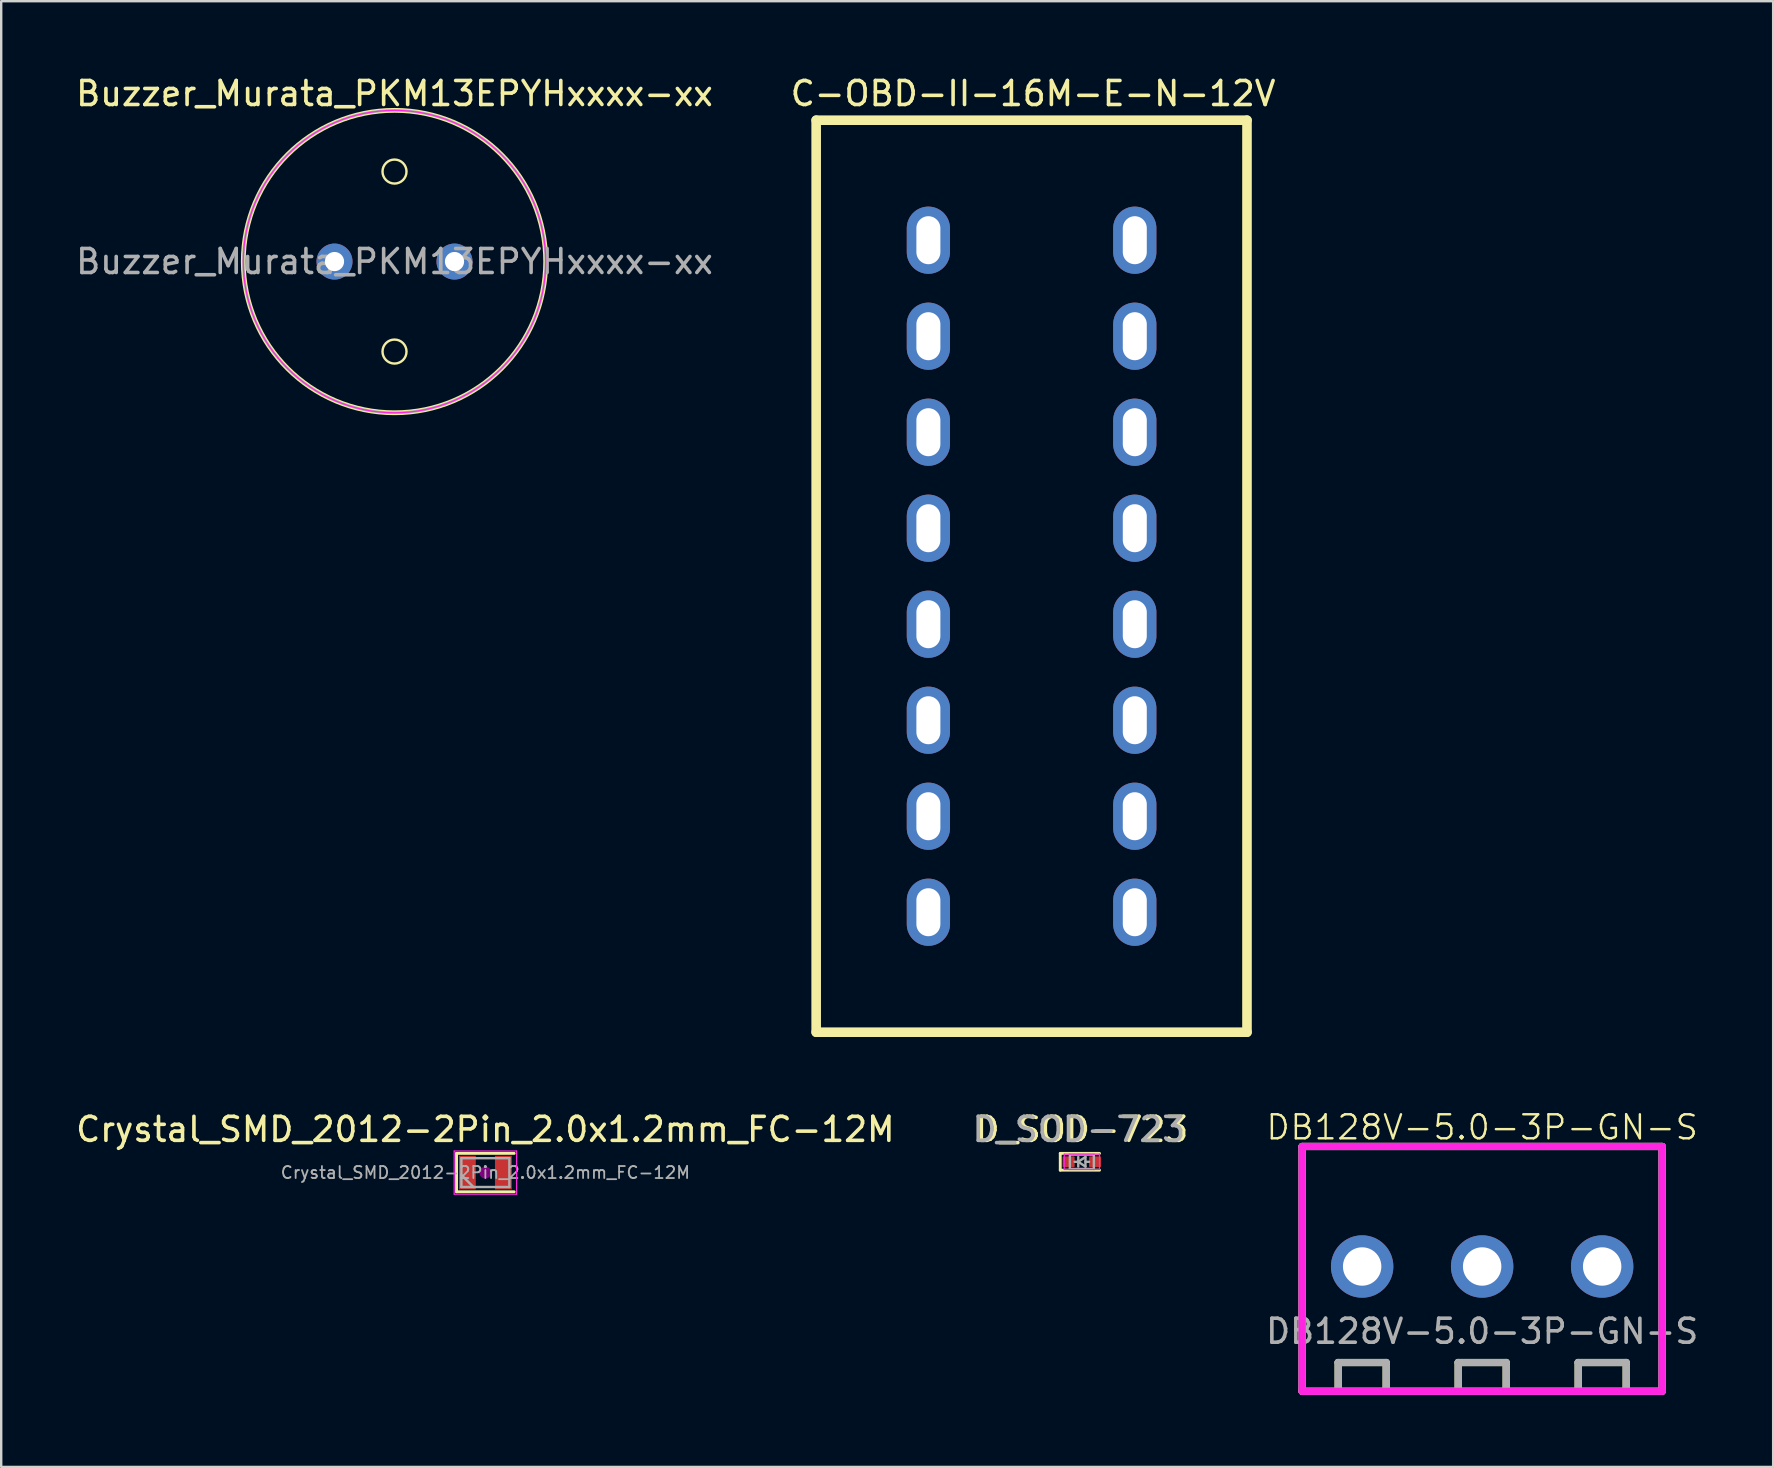
<source format=kicad_pcb>
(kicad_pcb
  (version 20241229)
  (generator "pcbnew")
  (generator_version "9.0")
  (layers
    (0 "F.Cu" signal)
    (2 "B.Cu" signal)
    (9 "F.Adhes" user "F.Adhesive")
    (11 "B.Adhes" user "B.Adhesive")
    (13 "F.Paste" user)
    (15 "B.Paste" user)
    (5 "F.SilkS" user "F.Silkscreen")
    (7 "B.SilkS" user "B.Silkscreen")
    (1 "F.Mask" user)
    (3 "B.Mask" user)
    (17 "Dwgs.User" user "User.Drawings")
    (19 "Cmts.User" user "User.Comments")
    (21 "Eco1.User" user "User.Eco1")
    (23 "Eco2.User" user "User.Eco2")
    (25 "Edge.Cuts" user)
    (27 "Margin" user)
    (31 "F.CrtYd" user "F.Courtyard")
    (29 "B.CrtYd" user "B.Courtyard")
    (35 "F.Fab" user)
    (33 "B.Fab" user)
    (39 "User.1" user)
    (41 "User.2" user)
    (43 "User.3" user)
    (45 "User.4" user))
  (footprint "D_SOD-723"
    (layer "F.Cu")
    (at 42.026 45.356)
    (property "Reference" "D_SOD-723" (at 0 -1.35 0) (layer "F.SilkS") (effects (font (size 1 1) (thickness 0.15))))
    (attr smd)
    (fp_line (start -0.9 -0.35) (end -0.9 0.35) (stroke (width 0.12) (type solid)) (layer "F.SilkS"))
    (fp_line (start -0.9 -0.35) (end 0.735 -0.35) (stroke (width 0.12) (type solid)) (layer "F.SilkS"))
    (fp_line (start -0.9 0.35) (end 0.735 0.35) (stroke (width 0.12) (type solid)) (layer "F.SilkS"))
    (fp_line (start -0.735 -0.32) (end -0.735 0.32) (stroke (width 0.05) (type solid)) (layer "F.CrtYd"))
    (fp_line (start -0.735 -0.32) (end 0.735 -0.32) (stroke (width 0.05) (type solid)) (layer "F.CrtYd"))
    (fp_line (start 0.735 -0.32) (end 0.735 0.32) (stroke (width 0.05) (type solid)) (layer "F.CrtYd"))
    (fp_line (start 0.735 0.32) (end -0.735 0.32) (stroke (width 0.05) (type solid)) (layer "F.CrtYd"))
    (fp_line (start -0.5 -0.3) (end 0.5 -0.3) (stroke (width 0.1) (type solid)) (layer "F.Fab"))
    (fp_line (start -0.5 0.3) (end -0.5 -0.3) (stroke (width 0.1) (type solid)) (layer "F.Fab"))
    (fp_line (start -0.15 0) (end -0.3 0) (stroke (width 0.1) (type solid)) (layer "F.Fab"))
    (fp_line (start -0.15 0) (end 0.15 0.2) (stroke (width 0.1) (type solid)) (layer "F.Fab"))
    (fp_line (start -0.15 0.2) (end -0.15 -0.2) (stroke (width 0.1) (type solid)) (layer "F.Fab"))
    (fp_line (start 0.15 -0.2) (end -0.15 0) (stroke (width 0.1) (type solid)) (layer "F.Fab"))
    (fp_line (start 0.15 0) (end 0.3 0) (stroke (width 0.1) (type solid)) (layer "F.Fab"))
    (fp_line (start 0.15 0.2) (end 0.15 -0.2) (stroke (width 0.1) (type solid)) (layer "F.Fab"))
    (fp_line (start 0.5 -0.3) (end 0.5 0.3) (stroke (width 0.1) (type solid)) (layer "F.Fab"))
    (fp_line (start 0.5 0.3) (end -0.5 0.3) (stroke (width 0.1) (type solid)) (layer "F.Fab"))
    (fp_text user "${REFERENCE}" (at -0.127 -1.35 0) (layer "F.Fab") (effects (font (size 1 1) (thickness 0.15))))
    (pad "1" smd roundrect (at -0.55 0) (size 0.5 0.45) (layers "F.Cu" "F.Mask" "F.Paste") (roundrect_rratio 0.1))
    (pad "2" smd roundrect (at 0.55 0) (size 0.5 0.45) (layers "F.Cu" "F.Mask" "F.Paste") (roundrect_rratio 0.1)))
  (footprint "DB128V-5.0-3P-GN-S"
    (layer "F.Cu")
    (at 58.704 49.719)
    (property "Reference" "DB128V-5.0-3P-GN-S" (at 0 -5.8 0) (unlocked yes) (layer "F.SilkS") (effects (font (size 1 1) (thickness 0.1))))
    (attr through_hole)
    (fp_line (start -7.5 -5) (end -7.5 5.2) (stroke (width 0.3) (type solid)) (layer "F.SilkS"))
    (fp_line (start -7.5 -5) (end 7.5 -5) (stroke (width 0.3) (type solid)) (layer "F.SilkS"))
    (fp_line (start -7.5 5.2) (end 7.5 5.2) (stroke (width 0.3) (type solid)) (layer "F.SilkS"))
    (fp_line (start -6 4) (end -4 4) (stroke (width 0.3) (type solid)) (layer "F.SilkS"))
    (fp_line (start -6 5.2) (end -6 4) (stroke (width 0.3) (type solid)) (layer "F.SilkS"))
    (fp_line (start -4 4) (end -4 5.2) (stroke (width 0.3) (type solid)) (layer "F.SilkS"))
    (fp_line (start -1 4) (end 1 4) (stroke (width 0.3) (type solid)) (layer "F.SilkS"))
    (fp_line (start -1 5.2) (end -1 4) (stroke (width 0.3) (type solid)) (layer "F.SilkS"))
    (fp_line (start 1 4) (end 1 5.2) (stroke (width 0.3) (type solid)) (layer "F.SilkS"))
    (fp_line (start 4 4) (end 6 4) (stroke (width 0.3) (type solid)) (layer "F.SilkS"))
    (fp_line (start 4 5.2) (end 4 4) (stroke (width 0.3) (type solid)) (layer "F.SilkS"))
    (fp_line (start 6 4) (end 6 5.2) (stroke (width 0.3) (type solid)) (layer "F.SilkS"))
    (fp_line (start 7.5 -5) (end 7.5 5.2) (stroke (width 0.3) (type solid)) (layer "F.SilkS"))
    (fp_line (start -7.5 -5) (end -7.5 5.2) (stroke (width 0.3) (type solid)) (layer "F.CrtYd"))
    (fp_line (start -7.5 -5) (end 7.5 -5) (stroke (width 0.3) (type solid)) (layer "F.CrtYd"))
    (fp_line (start -7.5 5.2) (end 7.5 5.2) (stroke (width 0.3) (type solid)) (layer "F.CrtYd"))
    (fp_line (start 7.5 -5) (end 7.5 5.2) (stroke (width 0.3) (type solid)) (layer "F.CrtYd"))
    (fp_line (start -7.5 -5) (end -7.5 5.2) (stroke (width 0.3) (type solid)) (layer "F.Fab"))
    (fp_line (start -7.5 -5) (end 7.5 -5) (stroke (width 0.3) (type solid)) (layer "F.Fab"))
    (fp_line (start -7.5 5.2) (end 7.5 5.2) (stroke (width 0.3) (type solid)) (layer "F.Fab"))
    (fp_line (start -6 4) (end -4 4) (stroke (width 0.3) (type solid)) (layer "F.Fab"))
    (fp_line (start -6 5.2) (end -6 4) (stroke (width 0.3) (type solid)) (layer "F.Fab"))
    (fp_line (start -4 4) (end -4 5.2) (stroke (width 0.3) (type solid)) (layer "F.Fab"))
    (fp_line (start -1 4) (end 1 4) (stroke (width 0.3) (type solid)) (layer "F.Fab"))
    (fp_line (start -1 5.2) (end -1 4) (stroke (width 0.3) (type solid)) (layer "F.Fab"))
    (fp_line (start 1 4) (end 1 5.2) (stroke (width 0.3) (type solid)) (layer "F.Fab"))
    (fp_line (start 4 4) (end 6 4) (stroke (width 0.3) (type solid)) (layer "F.Fab"))
    (fp_line (start 4 5.2) (end 4 4) (stroke (width 0.3) (type solid)) (layer "F.Fab"))
    (fp_line (start 6 4) (end 6 5.2) (stroke (width 0.3) (type solid)) (layer "F.Fab"))
    (fp_line (start 7.5 -5) (end 7.5 5.2) (stroke (width 0.3) (type solid)) (layer "F.Fab"))
    (fp_text user "${REFERENCE}" (at 0 2.7 0) (unlocked yes) (layer "F.Fab") (effects (font (size 1 1) (thickness 0.15))))
    (pad "1" thru_hole circle (at -5 0) (size 2.6 2.6) (drill 1.6) (layers "*.Cu" "*.Mask"))
    (pad "2" thru_hole circle (at 0 0) (size 2.6 2.6) (drill 1.6) (layers "*.Cu" "*.Mask"))
    (pad "3" thru_hole circle (at 5 0) (size 2.6 2.6) (drill 1.6) (layers "*.Cu" "*.Mask")))
  (footprint "Crystal_SMD_2012-2Pin_2.0x1.2mm_FC-12M"
    (layer "F.Cu")
    (at 17.173 45.806)
    (property "Reference" "Crystal_SMD_2012-2Pin_2.0x1.2mm_FC-12M" (at 0 -1.8 0) (layer "F.SilkS") (effects (font (size 1 1) (thickness 0.15))))
    (attr smd)
    (fp_line (start -1.2 -0.8) (end -1.2 0.8) (stroke (width 0.12) (type solid)) (layer "F.SilkS"))
    (fp_line (start -1.2 0.8) (end 1.2 0.8) (stroke (width 0.12) (type solid)) (layer "F.SilkS"))
    (fp_line (start 1.2 -0.8) (end -1.2 -0.8) (stroke (width 0.12) (type solid)) (layer "F.SilkS"))
    (fp_circle (center 0 0) (end 0.047 0) (stroke (width 0.093) (type solid)) (fill no) (layer "F.Adhes"))
    (fp_circle (center 0 0) (end 0.107 0) (stroke (width 0.067) (type solid)) (fill no) (layer "F.Adhes"))
    (fp_circle (center 0 0) (end 0.167 0) (stroke (width 0.067) (type solid)) (fill no) (layer "F.Adhes"))
    (fp_circle (center 0 0) (end 0.2 0) (stroke (width 0.1) (type solid)) (fill no) (layer "F.Adhes"))
    (fp_line (start -1.3 -0.9) (end -1.3 0.9) (stroke (width 0.05) (type solid)) (layer "F.CrtYd"))
    (fp_line (start -1.3 0.9) (end 1.3 0.9) (stroke (width 0.05) (type solid)) (layer "F.CrtYd"))
    (fp_line (start 1.3 -0.9) (end -1.3 -0.9) (stroke (width 0.05) (type solid)) (layer "F.CrtYd"))
    (fp_line (start 1.3 0.9) (end 1.3 -0.9) (stroke (width 0.05) (type solid)) (layer "F.CrtYd"))
    (fp_line (start -1 -0.6) (end -1 0.6) (stroke (width 0.1) (type solid)) (layer "F.Fab"))
    (fp_line (start -1 0.1) (end -0.5 0.6) (stroke (width 0.1) (type solid)) (layer "F.Fab"))
    (fp_line (start -1 0.6) (end 1 0.6) (stroke (width 0.1) (type solid)) (layer "F.Fab"))
    (fp_line (start 1 -0.6) (end -1 -0.6) (stroke (width 0.1) (type solid)) (layer "F.Fab"))
    (fp_line (start 1 0.6) (end 1 -0.6) (stroke (width 0.1) (type solid)) (layer "F.Fab"))
    (fp_text user "${REFERENCE}" (at 0 0 0) (layer "F.Fab") (effects (font (size 0.5 0.5) (thickness 0.075))))
    (pad "1" smd rect (at -0.75 0) (size 0.7 1.4) (layers "F.Cu" "F.Mask" "F.Paste"))
    (pad "2" smd rect (at 0.75 0) (size 0.7 1.4) (layers "F.Cu" "F.Mask" "F.Paste")))
  (footprint "Buzzer_Murata_PKM13EPYHxxxx-xx"
    (layer "F.Cu")
    (at 13.387 7.848)
    (property "Reference" "Buzzer_Murata_PKM13EPYHxxxx-xx" (at 0 -7 0) (layer "F.SilkS") (effects (font (size 1 1) (thickness 0.15))))
    (attr smd)
    (fp_circle (center 0 -3.75) (end 0.5 -3.75) (stroke (width 0.1) (type default)) (fill no) (layer "F.SilkS"))
    (fp_circle (center 0 0) (end 6.3 0) (stroke (width 0.2) (type default)) (fill no) (layer "F.SilkS"))
    (fp_circle (center 0 3.75) (end 0.5 3.75) (stroke (width 0.1) (type default)) (fill no) (layer "F.SilkS"))
    (fp_circle (center 0 0) (end 6.3 0) (stroke (width 0.05) (type default)) (fill no) (layer "F.CrtYd"))
    (fp_circle (center 0 0) (end 6.3 0) (stroke (width 0.1) (type default)) (fill no) (layer "F.Fab"))
    (fp_text user "${REFERENCE}" (at 0 0 0) (layer "F.Fab") (effects (font (size 1 1) (thickness 0.15))))
    (pad "1" thru_hole circle (at -2.5 0) (size 1.5 1.5) (drill 0.8) (layers "*.Cu" "*.Mask"))
    (pad "2" thru_hole circle (at 2.5 0) (size 1.5 1.5) (drill 0.8) (layers "*.Cu" "*.Mask")))
  (footprint "C-OBD-II-16M-E-N-12V"
    (layer "F.Cu")
    (at 39.931 20.958)
    (property "Reference" "C-OBD-II-16M-E-N-12V" (at 0.063 -20.11 0) (layer "F.SilkS") (effects (font (size 1 1) (thickness 0.15))))
    (attr through_hole)
    (fp_line (start -8.975 -19) (end -8.975 19) (stroke (width 0.4) (type solid)) (layer "F.SilkS"))
    (fp_line (start -8.975 -19) (end 8.975 -19) (stroke (width 0.4) (type solid)) (layer "F.SilkS"))
    (fp_line (start -8.975 19) (end 8.975 19) (stroke (width 0.4) (type solid)) (layer "F.SilkS"))
    (fp_line (start 8.975 -19) (end 8.975 19) (stroke (width 0.4) (type solid)) (layer "F.SilkS"))
    (pad "1" thru_hole oval (at -4.3 14) (size 1.8 2.8) (drill oval 1 2) (layers "*.Cu" "*.Mask"))
    (pad "2" thru_hole oval (at -4.3 10) (size 1.8 2.8) (drill oval 1 2) (layers "*.Cu" "*.Mask"))
    (pad "3" thru_hole oval (at -4.3 6) (size 1.8 2.8) (drill oval 1 2) (layers "*.Cu" "*.Mask"))
    (pad "4" thru_hole oval (at -4.3 2) (size 1.8 2.8) (drill oval 1 2) (layers "*.Cu" "*.Mask"))
    (pad "5" thru_hole oval (at -4.3 -2) (size 1.8 2.8) (drill oval 1 2) (layers "*.Cu" "*.Mask"))
    (pad "6" thru_hole oval (at -4.3 -6) (size 1.8 2.8) (drill oval 1 2) (layers "*.Cu" "*.Mask"))
    (pad "7" thru_hole oval (at -4.3 -10) (size 1.8 2.8) (drill oval 1 2) (layers "*.Cu" "*.Mask"))
    (pad "8" thru_hole oval (at -4.3 -14) (size 1.8 2.8) (drill oval 1 2) (layers "*.Cu" "*.Mask"))
    (pad "9" thru_hole oval (at 4.3 14) (size 1.8 2.8) (drill oval 1 2) (layers "*.Cu" "*.Mask"))
    (pad "10" thru_hole oval (at 4.3 10) (size 1.8 2.8) (drill oval 1 2) (layers "*.Cu" "*.Mask"))
    (pad "11" thru_hole oval (at 4.3 6) (size 1.8 2.8) (drill oval 1 2) (layers "*.Cu" "*.Mask"))
    (pad "12" thru_hole oval (at 4.3 2) (size 1.8 2.8) (drill oval 1 2) (layers "*.Cu" "*.Mask"))
    (pad "13" thru_hole oval (at 4.3 -2) (size 1.8 2.8) (drill oval 1 2) (layers "*.Cu" "*.Mask"))
    (pad "14" thru_hole oval (at 4.3 -6) (size 1.8 2.8) (drill oval 1 2) (layers "*.Cu" "*.Mask"))
    (pad "15" thru_hole oval (at 4.3 -10) (size 1.8 2.8) (drill oval 1 2) (layers "*.Cu" "*.Mask"))
    (pad "16" thru_hole oval (at 4.3 -14) (size 1.8 2.8) (drill oval 1 2) (layers "*.Cu" "*.Mask")))
  (gr_rect
    (start -3 -3)
    (end 70.829 58.069)
    (stroke (width 0.1) (type default))
    (fill no)
    (layer "Edge.Cuts")))
</source>
